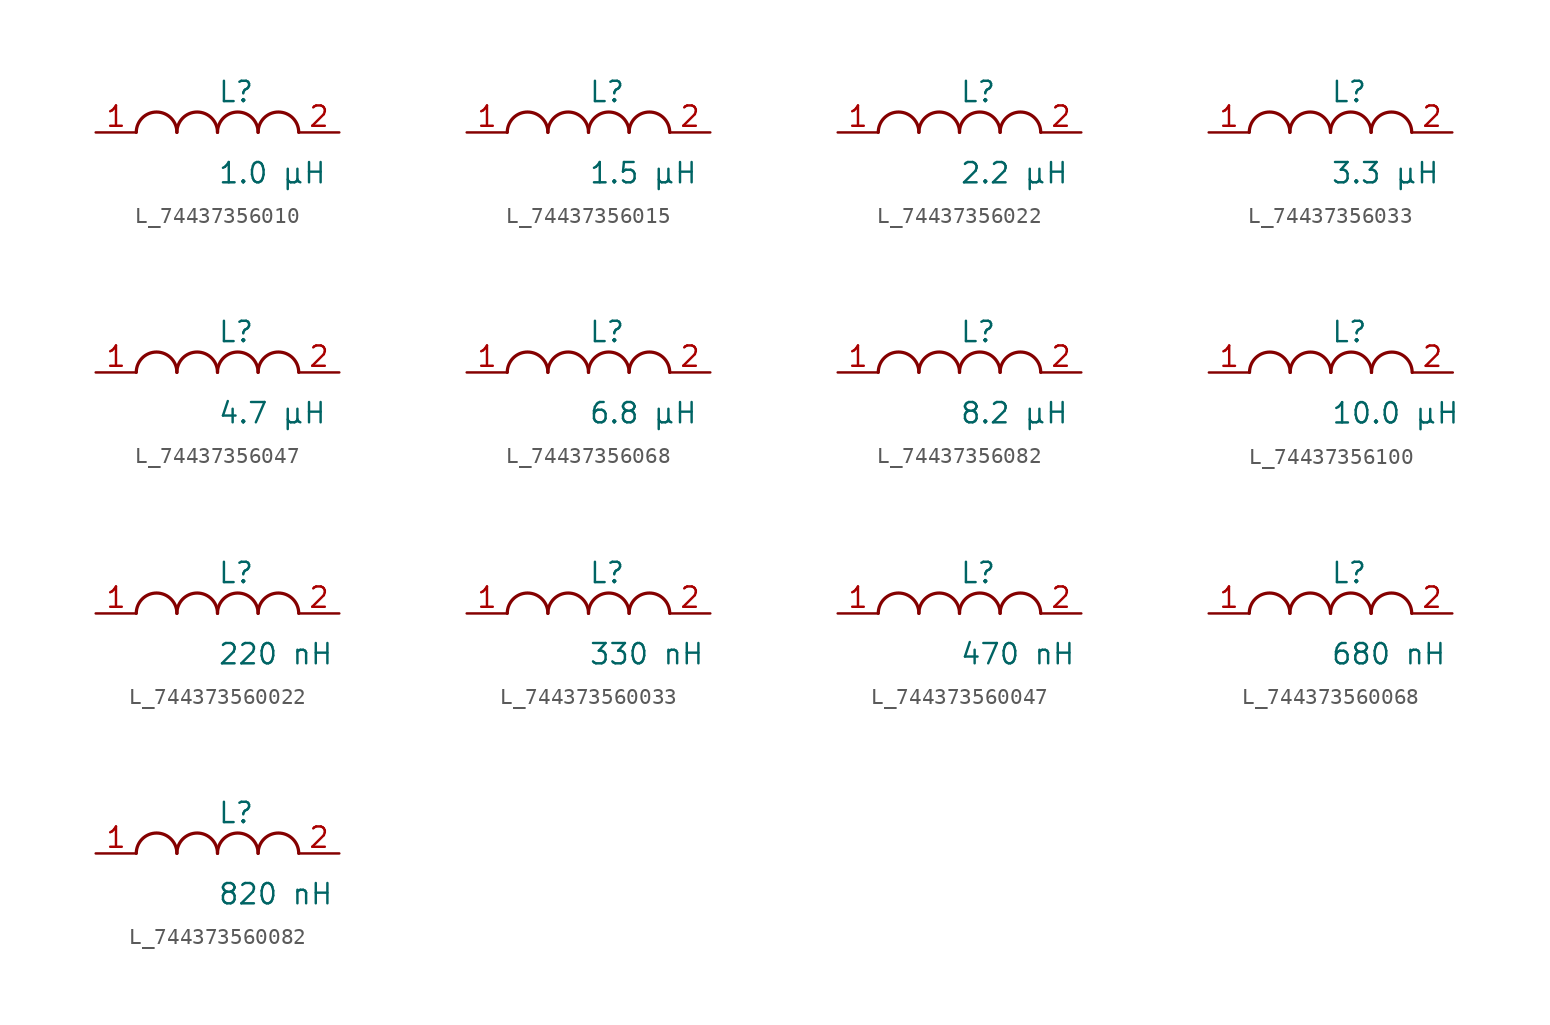
<source format=kicad_sym>
(kicad_symbol_lib
  (version 20231120)
  (generator kicad_symbol_editor)
  (generator_version 8.0)
  (symbol "L_74437356010"
    (pin_names
      (offset 0.254))
    (property "Reference" "L"
      (at 0 2.54 0)
      (effects (font (size 1.27 1.27)) (justify left)))
    (property "Value" "1.0 µH"
      (at 0 -2.54 0)
      (effects (font (size 1.27 1.27)) (justify left)))
    (symbol "L_74437356010_1_1"
      (arc (start -2.54 0.0056) (mid -3.81 1.27) (end -5.08 0.0056) (stroke (width 0.2032) (type default)) (fill (type none)))
      (arc (start 0 0.0056) (mid -1.27 1.27) (end -2.54 0.0056) (stroke (width 0.2032) (type default)) (fill (type none)))
      (arc (start 2.54 0.0056) (mid 1.27 1.27) (end 0 0.0056) (stroke (width 0.2032) (type default)) (fill (type none)))
      (arc (start 5.08 0.0056) (mid 3.81 1.27) (end 2.54 0.0056) (stroke (width 0.2032) (type default)) (fill (type none)))
      (pin unspecified line (at -7.62 0 0) (length 2.54) (name "" (effects (font (size 1.27 1.27)))) (number "1" (effects (font (size 1.27 1.27)))))
      (pin unspecified line (at 7.62 0 180) (length 2.54) (name "" (effects (font (size 1.27 1.27)))) (number "2" (effects (font (size 1.27 1.27)))))))
  (symbol "L_74437356015"
    (pin_names
      (offset 0.254))
    (property "Reference" "L"
      (at 0 2.54 0)
      (effects (font (size 1.27 1.27)) (justify left)))
    (property "Value" "1.5 µH"
      (at 0 -2.54 0)
      (effects (font (size 1.27 1.27)) (justify left)))
    (symbol "L_74437356015_1_1"
      (arc (start -2.54 0.0056) (mid -3.81 1.27) (end -5.08 0.0056) (stroke (width 0.2032) (type default)) (fill (type none)))
      (arc (start 0 0.0056) (mid -1.27 1.27) (end -2.54 0.0056) (stroke (width 0.2032) (type default)) (fill (type none)))
      (arc (start 2.54 0.0056) (mid 1.27 1.27) (end 0 0.0056) (stroke (width 0.2032) (type default)) (fill (type none)))
      (arc (start 5.08 0.0056) (mid 3.81 1.27) (end 2.54 0.0056) (stroke (width 0.2032) (type default)) (fill (type none)))
      (pin unspecified line (at -7.62 0 0) (length 2.54) (name "" (effects (font (size 1.27 1.27)))) (number "1" (effects (font (size 1.27 1.27)))))
      (pin unspecified line (at 7.62 0 180) (length 2.54) (name "" (effects (font (size 1.27 1.27)))) (number "2" (effects (font (size 1.27 1.27)))))))
  (symbol "L_74437356022"
    (pin_names
      (offset 0.254))
    (property "Reference" "L"
      (at 0 2.54 0)
      (effects (font (size 1.27 1.27)) (justify left)))
    (property "Value" "2.2 µH"
      (at 0 -2.54 0)
      (effects (font (size 1.27 1.27)) (justify left)))
    (symbol "L_74437356022_1_1"
      (arc (start -2.54 0.0056) (mid -3.81 1.27) (end -5.08 0.0056) (stroke (width 0.2032) (type default)) (fill (type none)))
      (arc (start 0 0.0056) (mid -1.27 1.27) (end -2.54 0.0056) (stroke (width 0.2032) (type default)) (fill (type none)))
      (arc (start 2.54 0.0056) (mid 1.27 1.27) (end 0 0.0056) (stroke (width 0.2032) (type default)) (fill (type none)))
      (arc (start 5.08 0.0056) (mid 3.81 1.27) (end 2.54 0.0056) (stroke (width 0.2032) (type default)) (fill (type none)))
      (pin unspecified line (at -7.62 0 0) (length 2.54) (name "" (effects (font (size 1.27 1.27)))) (number "1" (effects (font (size 1.27 1.27)))))
      (pin unspecified line (at 7.62 0 180) (length 2.54) (name "" (effects (font (size 1.27 1.27)))) (number "2" (effects (font (size 1.27 1.27)))))))
  (symbol "L_74437356033"
    (pin_names
      (offset 0.254))
    (property "Reference" "L"
      (at 0 2.54 0)
      (effects (font (size 1.27 1.27)) (justify left)))
    (property "Value" "3.3 µH"
      (at 0 -2.54 0)
      (effects (font (size 1.27 1.27)) (justify left)))
    (symbol "L_74437356033_1_1"
      (arc (start -2.54 0.0056) (mid -3.81 1.27) (end -5.08 0.0056) (stroke (width 0.2032) (type default)) (fill (type none)))
      (arc (start 0 0.0056) (mid -1.27 1.27) (end -2.54 0.0056) (stroke (width 0.2032) (type default)) (fill (type none)))
      (arc (start 2.54 0.0056) (mid 1.27 1.27) (end 0 0.0056) (stroke (width 0.2032) (type default)) (fill (type none)))
      (arc (start 5.08 0.0056) (mid 3.81 1.27) (end 2.54 0.0056) (stroke (width 0.2032) (type default)) (fill (type none)))
      (pin unspecified line (at -7.62 0 0) (length 2.54) (name "" (effects (font (size 1.27 1.27)))) (number "1" (effects (font (size 1.27 1.27)))))
      (pin unspecified line (at 7.62 0 180) (length 2.54) (name "" (effects (font (size 1.27 1.27)))) (number "2" (effects (font (size 1.27 1.27)))))))
  (symbol "L_74437356047"
    (pin_names
      (offset 0.254))
    (property "Reference" "L"
      (at 0 2.54 0)
      (effects (font (size 1.27 1.27)) (justify left)))
    (property "Value" "4.7 µH"
      (at 0 -2.54 0)
      (effects (font (size 1.27 1.27)) (justify left)))
    (symbol "L_74437356047_1_1"
      (arc (start -2.54 0.0056) (mid -3.81 1.27) (end -5.08 0.0056) (stroke (width 0.2032) (type default)) (fill (type none)))
      (arc (start 0 0.0056) (mid -1.27 1.27) (end -2.54 0.0056) (stroke (width 0.2032) (type default)) (fill (type none)))
      (arc (start 2.54 0.0056) (mid 1.27 1.27) (end 0 0.0056) (stroke (width 0.2032) (type default)) (fill (type none)))
      (arc (start 5.08 0.0056) (mid 3.81 1.27) (end 2.54 0.0056) (stroke (width 0.2032) (type default)) (fill (type none)))
      (pin unspecified line (at -7.62 0 0) (length 2.54) (name "" (effects (font (size 1.27 1.27)))) (number "1" (effects (font (size 1.27 1.27)))))
      (pin unspecified line (at 7.62 0 180) (length 2.54) (name "" (effects (font (size 1.27 1.27)))) (number "2" (effects (font (size 1.27 1.27)))))))
  (symbol "L_74437356068"
    (pin_names
      (offset 0.254))
    (property "Reference" "L"
      (at 0 2.54 0)
      (effects (font (size 1.27 1.27)) (justify left)))
    (property "Value" "6.8 µH"
      (at 0 -2.54 0)
      (effects (font (size 1.27 1.27)) (justify left)))
    (symbol "L_74437356068_1_1"
      (arc (start -2.54 0.0056) (mid -3.81 1.27) (end -5.08 0.0056) (stroke (width 0.2032) (type default)) (fill (type none)))
      (arc (start 0 0.0056) (mid -1.27 1.27) (end -2.54 0.0056) (stroke (width 0.2032) (type default)) (fill (type none)))
      (arc (start 2.54 0.0056) (mid 1.27 1.27) (end 0 0.0056) (stroke (width 0.2032) (type default)) (fill (type none)))
      (arc (start 5.08 0.0056) (mid 3.81 1.27) (end 2.54 0.0056) (stroke (width 0.2032) (type default)) (fill (type none)))
      (pin unspecified line (at -7.62 0 0) (length 2.54) (name "" (effects (font (size 1.27 1.27)))) (number "1" (effects (font (size 1.27 1.27)))))
      (pin unspecified line (at 7.62 0 180) (length 2.54) (name "" (effects (font (size 1.27 1.27)))) (number "2" (effects (font (size 1.27 1.27)))))))
  (symbol "L_74437356082"
    (pin_names
      (offset 0.254))
    (property "Reference" "L"
      (at 0 2.54 0)
      (effects (font (size 1.27 1.27)) (justify left)))
    (property "Value" "8.2 µH"
      (at 0 -2.54 0)
      (effects (font (size 1.27 1.27)) (justify left)))
    (symbol "L_74437356082_1_1"
      (arc (start -2.54 0.0056) (mid -3.81 1.27) (end -5.08 0.0056) (stroke (width 0.2032) (type default)) (fill (type none)))
      (arc (start 0 0.0056) (mid -1.27 1.27) (end -2.54 0.0056) (stroke (width 0.2032) (type default)) (fill (type none)))
      (arc (start 2.54 0.0056) (mid 1.27 1.27) (end 0 0.0056) (stroke (width 0.2032) (type default)) (fill (type none)))
      (arc (start 5.08 0.0056) (mid 3.81 1.27) (end 2.54 0.0056) (stroke (width 0.2032) (type default)) (fill (type none)))
      (pin unspecified line (at -7.62 0 0) (length 2.54) (name "" (effects (font (size 1.27 1.27)))) (number "1" (effects (font (size 1.27 1.27)))))
      (pin unspecified line (at 7.62 0 180) (length 2.54) (name "" (effects (font (size 1.27 1.27)))) (number "2" (effects (font (size 1.27 1.27)))))))
  (symbol "L_74437356100"
    (pin_names
      (offset 0.254))
    (property "Reference" "L"
      (at 0 2.54 0)
      (effects (font (size 1.27 1.27)) (justify left)))
    (property "Value" "10.0 µH"
      (at 0 -2.54 0)
      (effects (font (size 1.27 1.27)) (justify left)))
    (symbol "L_74437356100_1_1"
      (arc (start -2.54 0.0056) (mid -3.81 1.27) (end -5.08 0.0056) (stroke (width 0.2032) (type default)) (fill (type none)))
      (arc (start 0 0.0056) (mid -1.27 1.27) (end -2.54 0.0056) (stroke (width 0.2032) (type default)) (fill (type none)))
      (arc (start 2.54 0.0056) (mid 1.27 1.27) (end 0 0.0056) (stroke (width 0.2032) (type default)) (fill (type none)))
      (arc (start 5.08 0.0056) (mid 3.81 1.27) (end 2.54 0.0056) (stroke (width 0.2032) (type default)) (fill (type none)))
      (pin unspecified line (at -7.62 0 0) (length 2.54) (name "" (effects (font (size 1.27 1.27)))) (number "1" (effects (font (size 1.27 1.27)))))
      (pin unspecified line (at 7.62 0 180) (length 2.54) (name "" (effects (font (size 1.27 1.27)))) (number "2" (effects (font (size 1.27 1.27)))))))
  (symbol "L_744373560022"
    (pin_names
      (offset 0.254))
    (property "Reference" "L"
      (at 0 2.54 0)
      (effects (font (size 1.27 1.27)) (justify left)))
    (property "Value" "220 nH"
      (at 0 -2.54 0)
      (effects (font (size 1.27 1.27)) (justify left)))
    (symbol "L_744373560022_1_1"
      (arc (start -2.54 0.0056) (mid -3.81 1.27) (end -5.08 0.0056) (stroke (width 0.2032) (type default)) (fill (type none)))
      (arc (start 0 0.0056) (mid -1.27 1.27) (end -2.54 0.0056) (stroke (width 0.2032) (type default)) (fill (type none)))
      (arc (start 2.54 0.0056) (mid 1.27 1.27) (end 0 0.0056) (stroke (width 0.2032) (type default)) (fill (type none)))
      (arc (start 5.08 0.0056) (mid 3.81 1.27) (end 2.54 0.0056) (stroke (width 0.2032) (type default)) (fill (type none)))
      (pin unspecified line (at -7.62 0 0) (length 2.54) (name "" (effects (font (size 1.27 1.27)))) (number "1" (effects (font (size 1.27 1.27)))))
      (pin unspecified line (at 7.62 0 180) (length 2.54) (name "" (effects (font (size 1.27 1.27)))) (number "2" (effects (font (size 1.27 1.27)))))))
  (symbol "L_744373560033"
    (pin_names
      (offset 0.254))
    (property "Reference" "L"
      (at 0 2.54 0)
      (effects (font (size 1.27 1.27)) (justify left)))
    (property "Value" "330 nH"
      (at 0 -2.54 0)
      (effects (font (size 1.27 1.27)) (justify left)))
    (symbol "L_744373560033_1_1"
      (arc (start -2.54 0.0056) (mid -3.81 1.27) (end -5.08 0.0056) (stroke (width 0.2032) (type default)) (fill (type none)))
      (arc (start 0 0.0056) (mid -1.27 1.27) (end -2.54 0.0056) (stroke (width 0.2032) (type default)) (fill (type none)))
      (arc (start 2.54 0.0056) (mid 1.27 1.27) (end 0 0.0056) (stroke (width 0.2032) (type default)) (fill (type none)))
      (arc (start 5.08 0.0056) (mid 3.81 1.27) (end 2.54 0.0056) (stroke (width 0.2032) (type default)) (fill (type none)))
      (pin unspecified line (at -7.62 0 0) (length 2.54) (name "" (effects (font (size 1.27 1.27)))) (number "1" (effects (font (size 1.27 1.27)))))
      (pin unspecified line (at 7.62 0 180) (length 2.54) (name "" (effects (font (size 1.27 1.27)))) (number "2" (effects (font (size 1.27 1.27)))))))
  (symbol "L_744373560047"
    (pin_names
      (offset 0.254))
    (property "Reference" "L"
      (at 0 2.54 0)
      (effects (font (size 1.27 1.27)) (justify left)))
    (property "Value" "470 nH"
      (at 0 -2.54 0)
      (effects (font (size 1.27 1.27)) (justify left)))
    (symbol "L_744373560047_1_1"
      (arc (start -2.54 0.0056) (mid -3.81 1.27) (end -5.08 0.0056) (stroke (width 0.2032) (type default)) (fill (type none)))
      (arc (start 0 0.0056) (mid -1.27 1.27) (end -2.54 0.0056) (stroke (width 0.2032) (type default)) (fill (type none)))
      (arc (start 2.54 0.0056) (mid 1.27 1.27) (end 0 0.0056) (stroke (width 0.2032) (type default)) (fill (type none)))
      (arc (start 5.08 0.0056) (mid 3.81 1.27) (end 2.54 0.0056) (stroke (width 0.2032) (type default)) (fill (type none)))
      (pin unspecified line (at -7.62 0 0) (length 2.54) (name "" (effects (font (size 1.27 1.27)))) (number "1" (effects (font (size 1.27 1.27)))))
      (pin unspecified line (at 7.62 0 180) (length 2.54) (name "" (effects (font (size 1.27 1.27)))) (number "2" (effects (font (size 1.27 1.27)))))))
  (symbol "L_744373560068"
    (pin_names
      (offset 0.254))
    (property "Reference" "L"
      (at 0 2.54 0)
      (effects (font (size 1.27 1.27)) (justify left)))
    (property "Value" "680 nH"
      (at 0 -2.54 0)
      (effects (font (size 1.27 1.27)) (justify left)))
    (symbol "L_744373560068_1_1"
      (arc (start -2.54 0.0056) (mid -3.81 1.27) (end -5.08 0.0056) (stroke (width 0.2032) (type default)) (fill (type none)))
      (arc (start 0 0.0056) (mid -1.27 1.27) (end -2.54 0.0056) (stroke (width 0.2032) (type default)) (fill (type none)))
      (arc (start 2.54 0.0056) (mid 1.27 1.27) (end 0 0.0056) (stroke (width 0.2032) (type default)) (fill (type none)))
      (arc (start 5.08 0.0056) (mid 3.81 1.27) (end 2.54 0.0056) (stroke (width 0.2032) (type default)) (fill (type none)))
      (pin unspecified line (at -7.62 0 0) (length 2.54) (name "" (effects (font (size 1.27 1.27)))) (number "1" (effects (font (size 1.27 1.27)))))
      (pin unspecified line (at 7.62 0 180) (length 2.54) (name "" (effects (font (size 1.27 1.27)))) (number "2" (effects (font (size 1.27 1.27)))))))
  (symbol "L_744373560082"
    (pin_names
      (offset 0.254))
    (property "Reference" "L"
      (at 0 2.54 0)
      (effects (font (size 1.27 1.27)) (justify left)))
    (property "Value" "820 nH"
      (at 0 -2.54 0)
      (effects (font (size 1.27 1.27)) (justify left)))
    (symbol "L_744373560082_1_1"
      (arc (start -2.54 0.0056) (mid -3.81 1.27) (end -5.08 0.0056) (stroke (width 0.2032) (type default)) (fill (type none)))
      (arc (start 0 0.0056) (mid -1.27 1.27) (end -2.54 0.0056) (stroke (width 0.2032) (type default)) (fill (type none)))
      (arc (start 2.54 0.0056) (mid 1.27 1.27) (end 0 0.0056) (stroke (width 0.2032) (type default)) (fill (type none)))
      (arc (start 5.08 0.0056) (mid 3.81 1.27) (end 2.54 0.0056) (stroke (width 0.2032) (type default)) (fill (type none)))
      (pin unspecified line (at -7.62 0 0) (length 2.54) (name "" (effects (font (size 1.27 1.27)))) (number "1" (effects (font (size 1.27 1.27)))))
      (pin unspecified line (at 7.62 0 180) (length 2.54) (name "" (effects (font (size 1.27 1.27)))) (number "2" (effects (font (size 1.27 1.27))))))))
</source>
